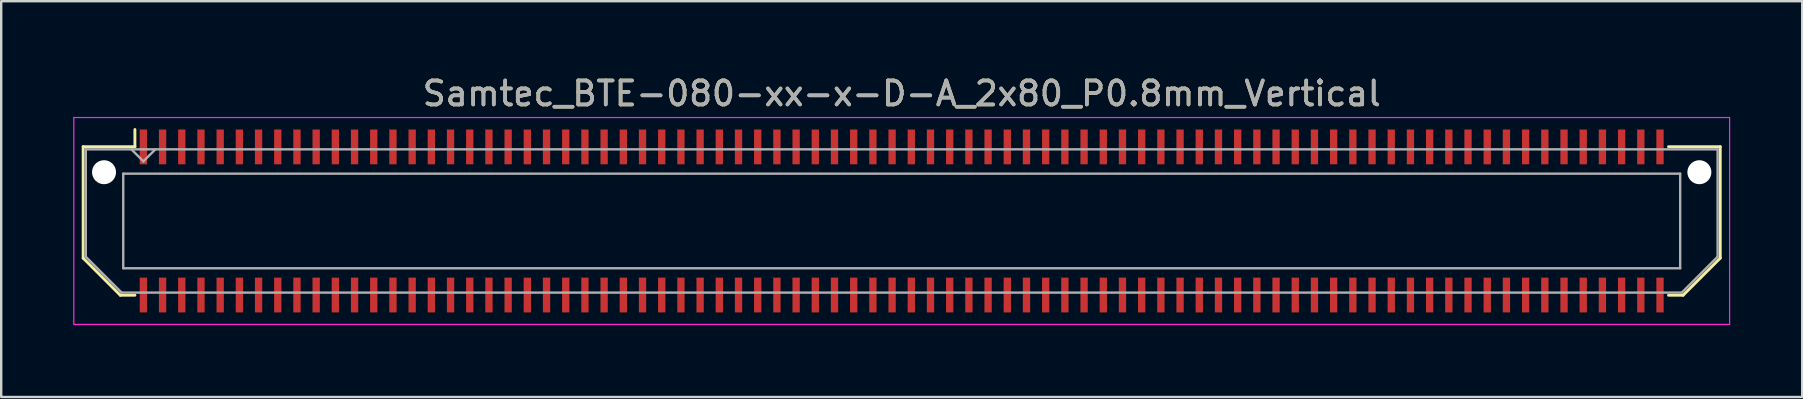
<source format=kicad_pcb>
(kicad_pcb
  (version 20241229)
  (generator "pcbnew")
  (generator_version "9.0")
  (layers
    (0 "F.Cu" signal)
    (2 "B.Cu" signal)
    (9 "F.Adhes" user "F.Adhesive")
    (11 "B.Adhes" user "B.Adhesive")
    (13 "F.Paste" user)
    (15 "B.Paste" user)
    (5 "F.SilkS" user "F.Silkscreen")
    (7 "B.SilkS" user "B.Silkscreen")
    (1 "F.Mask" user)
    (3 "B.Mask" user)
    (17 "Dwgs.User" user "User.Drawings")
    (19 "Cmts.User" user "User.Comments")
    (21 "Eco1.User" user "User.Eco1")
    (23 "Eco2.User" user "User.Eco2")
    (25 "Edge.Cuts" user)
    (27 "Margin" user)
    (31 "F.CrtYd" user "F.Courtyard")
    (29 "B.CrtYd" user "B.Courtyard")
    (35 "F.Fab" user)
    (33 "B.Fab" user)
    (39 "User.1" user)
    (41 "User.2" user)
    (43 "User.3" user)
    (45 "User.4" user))
  (footprint "Samtec_BTE-080-xx-x-D-A_2x80_P0.8mm_Vertical"
    (layer "F.Cu")
    (at 34.525 6.158)
    (property "Reference" "Samtec_BTE-080-xx-x-D-A_2x80_P0.8mm_Vertical" (at 0 -5.31 0) (layer "F.SilkS") (effects (font (size 1 1) (thickness 0.15))))
    (attr smd)
    (fp_line (start -34.11 -3.095) (end -34.11 1.548) (stroke (width 0.12) (type solid)) (layer "F.SilkS"))
    (fp_line (start -34.11 1.548) (end -32.562 3.095) (stroke (width 0.12) (type solid)) (layer "F.SilkS"))
    (fp_line (start -32.562 3.095) (end -31.953 3.095) (stroke (width 0.12) (type solid)) (layer "F.SilkS"))
    (fp_line (start -31.953 -3.811) (end -31.953 -3.095) (stroke (width 0.12) (type solid)) (layer "F.SilkS"))
    (fp_line (start -31.953 -3.095) (end -34.11 -3.095) (stroke (width 0.12) (type solid)) (layer "F.SilkS"))
    (fp_line (start 31.953 -3.095) (end 34.11 -3.095) (stroke (width 0.12) (type solid)) (layer "F.SilkS"))
    (fp_line (start 32.562 3.095) (end 31.953 3.095) (stroke (width 0.12) (type solid)) (layer "F.SilkS"))
    (fp_line (start 34.11 -3.095) (end 34.11 1.548) (stroke (width 0.12) (type solid)) (layer "F.SilkS"))
    (fp_line (start 34.11 1.548) (end 32.562 3.095) (stroke (width 0.12) (type solid)) (layer "F.SilkS"))
    (fp_line (start -34.5 -4.31) (end -34.5 4.31) (stroke (width 0.05) (type solid)) (layer "F.CrtYd"))
    (fp_line (start -34.5 4.31) (end 34.5 4.31) (stroke (width 0.05) (type solid)) (layer "F.CrtYd"))
    (fp_line (start 34.5 -4.31) (end -34.5 -4.31) (stroke (width 0.05) (type solid)) (layer "F.CrtYd"))
    (fp_line (start 34.5 4.31) (end 34.5 -4.31) (stroke (width 0.05) (type solid)) (layer "F.CrtYd"))
    (fp_line (start -34 -2.985) (end -34 1.492) (stroke (width 0.1) (type solid)) (layer "F.Fab"))
    (fp_line (start -34 -2.985) (end 34 -2.985) (stroke (width 0.1) (type solid)) (layer "F.Fab"))
    (fp_line (start -34 1.492) (end -32.508 2.985) (stroke (width 0.1) (type solid)) (layer "F.Fab"))
    (fp_line (start -32.508 2.985) (end 32.508 2.985) (stroke (width 0.1) (type solid)) (layer "F.Fab"))
    (fp_line (start -32.44 -1.97) (end -32.44 1.97) (stroke (width 0.1) (type solid)) (layer "F.Fab"))
    (fp_line (start -32.44 1.97) (end 32.44 1.97) (stroke (width 0.1) (type solid)) (layer "F.Fab"))
    (fp_line (start -31.6 -2.485) (end -32.1 -2.985) (stroke (width 0.1) (type solid)) (layer "F.Fab"))
    (fp_line (start -31.1 -2.985) (end -31.6 -2.485) (stroke (width 0.1) (type solid)) (layer "F.Fab"))
    (fp_line (start 32.44 -1.97) (end -32.44 -1.97) (stroke (width 0.1) (type solid)) (layer "F.Fab"))
    (fp_line (start 32.44 1.97) (end 32.44 -1.97) (stroke (width 0.1) (type solid)) (layer "F.Fab"))
    (fp_line (start 34 -2.985) (end 34 1.492) (stroke (width 0.1) (type solid)) (layer "F.Fab"))
    (fp_line (start 34 1.492) (end 32.508 2.985) (stroke (width 0.1) (type solid)) (layer "F.Fab"))
    (fp_text user "${REFERENCE}" (at 0 -5.31 0) (layer "F.Fab") (effects (font (size 1 1) (thickness 0.15))))
    (pad "" np_thru_hole circle (at -33.24 -2.032) (size 1 1) (drill 1) (layers "*.Cu" "*.Mask"))
    (pad "" np_thru_hole circle (at 33.24 -2.032) (size 1 1) (drill 1) (layers "*.Cu" "*.Mask"))
    (pad "1" smd rect (at -31.6 -3.086) (size 0.305 1.45) (layers "F.Cu" "F.Mask" "F.Paste"))
    (pad "2" smd rect (at -31.6 3.086) (size 0.305 1.45) (layers "F.Cu" "F.Mask" "F.Paste"))
    (pad "3" smd rect (at -30.8 -3.086) (size 0.305 1.45) (layers "F.Cu" "F.Mask" "F.Paste"))
    (pad "4" smd rect (at -30.8 3.086) (size 0.305 1.45) (layers "F.Cu" "F.Mask" "F.Paste"))
    (pad "5" smd rect (at -30 -3.086) (size 0.305 1.45) (layers "F.Cu" "F.Mask" "F.Paste"))
    (pad "6" smd rect (at -30 3.086) (size 0.305 1.45) (layers "F.Cu" "F.Mask" "F.Paste"))
    (pad "7" smd rect (at -29.2 -3.086) (size 0.305 1.45) (layers "F.Cu" "F.Mask" "F.Paste"))
    (pad "8" smd rect (at -29.2 3.086) (size 0.305 1.45) (layers "F.Cu" "F.Mask" "F.Paste"))
    (pad "9" smd rect (at -28.4 -3.086) (size 0.305 1.45) (layers "F.Cu" "F.Mask" "F.Paste"))
    (pad "10" smd rect (at -28.4 3.086) (size 0.305 1.45) (layers "F.Cu" "F.Mask" "F.Paste"))
    (pad "11" smd rect (at -27.6 -3.086) (size 0.305 1.45) (layers "F.Cu" "F.Mask" "F.Paste"))
    (pad "12" smd rect (at -27.6 3.086) (size 0.305 1.45) (layers "F.Cu" "F.Mask" "F.Paste"))
    (pad "13" smd rect (at -26.8 -3.086) (size 0.305 1.45) (layers "F.Cu" "F.Mask" "F.Paste"))
    (pad "14" smd rect (at -26.8 3.086) (size 0.305 1.45) (layers "F.Cu" "F.Mask" "F.Paste"))
    (pad "15" smd rect (at -26 -3.086) (size 0.305 1.45) (layers "F.Cu" "F.Mask" "F.Paste"))
    (pad "16" smd rect (at -26 3.086) (size 0.305 1.45) (layers "F.Cu" "F.Mask" "F.Paste"))
    (pad "17" smd rect (at -25.2 -3.086) (size 0.305 1.45) (layers "F.Cu" "F.Mask" "F.Paste"))
    (pad "18" smd rect (at -25.2 3.086) (size 0.305 1.45) (layers "F.Cu" "F.Mask" "F.Paste"))
    (pad "19" smd rect (at -24.4 -3.086) (size 0.305 1.45) (layers "F.Cu" "F.Mask" "F.Paste"))
    (pad "20" smd rect (at -24.4 3.086) (size 0.305 1.45) (layers "F.Cu" "F.Mask" "F.Paste"))
    (pad "21" smd rect (at -23.6 -3.086) (size 0.305 1.45) (layers "F.Cu" "F.Mask" "F.Paste"))
    (pad "22" smd rect (at -23.6 3.086) (size 0.305 1.45) (layers "F.Cu" "F.Mask" "F.Paste"))
    (pad "23" smd rect (at -22.8 -3.086) (size 0.305 1.45) (layers "F.Cu" "F.Mask" "F.Paste"))
    (pad "24" smd rect (at -22.8 3.086) (size 0.305 1.45) (layers "F.Cu" "F.Mask" "F.Paste"))
    (pad "25" smd rect (at -22 -3.086) (size 0.305 1.45) (layers "F.Cu" "F.Mask" "F.Paste"))
    (pad "26" smd rect (at -22 3.086) (size 0.305 1.45) (layers "F.Cu" "F.Mask" "F.Paste"))
    (pad "27" smd rect (at -21.2 -3.086) (size 0.305 1.45) (layers "F.Cu" "F.Mask" "F.Paste"))
    (pad "28" smd rect (at -21.2 3.086) (size 0.305 1.45) (layers "F.Cu" "F.Mask" "F.Paste"))
    (pad "29" smd rect (at -20.4 -3.086) (size 0.305 1.45) (layers "F.Cu" "F.Mask" "F.Paste"))
    (pad "30" smd rect (at -20.4 3.086) (size 0.305 1.45) (layers "F.Cu" "F.Mask" "F.Paste"))
    (pad "31" smd rect (at -19.6 -3.086) (size 0.305 1.45) (layers "F.Cu" "F.Mask" "F.Paste"))
    (pad "32" smd rect (at -19.6 3.086) (size 0.305 1.45) (layers "F.Cu" "F.Mask" "F.Paste"))
    (pad "33" smd rect (at -18.8 -3.086) (size 0.305 1.45) (layers "F.Cu" "F.Mask" "F.Paste"))
    (pad "34" smd rect (at -18.8 3.086) (size 0.305 1.45) (layers "F.Cu" "F.Mask" "F.Paste"))
    (pad "35" smd rect (at -18 -3.086) (size 0.305 1.45) (layers "F.Cu" "F.Mask" "F.Paste"))
    (pad "36" smd rect (at -18 3.086) (size 0.305 1.45) (layers "F.Cu" "F.Mask" "F.Paste"))
    (pad "37" smd rect (at -17.2 -3.086) (size 0.305 1.45) (layers "F.Cu" "F.Mask" "F.Paste"))
    (pad "38" smd rect (at -17.2 3.086) (size 0.305 1.45) (layers "F.Cu" "F.Mask" "F.Paste"))
    (pad "39" smd rect (at -16.4 -3.086) (size 0.305 1.45) (layers "F.Cu" "F.Mask" "F.Paste"))
    (pad "40" smd rect (at -16.4 3.086) (size 0.305 1.45) (layers "F.Cu" "F.Mask" "F.Paste"))
    (pad "41" smd rect (at -15.6 -3.086) (size 0.305 1.45) (layers "F.Cu" "F.Mask" "F.Paste"))
    (pad "42" smd rect (at -15.6 3.086) (size 0.305 1.45) (layers "F.Cu" "F.Mask" "F.Paste"))
    (pad "43" smd rect (at -14.8 -3.086) (size 0.305 1.45) (layers "F.Cu" "F.Mask" "F.Paste"))
    (pad "44" smd rect (at -14.8 3.086) (size 0.305 1.45) (layers "F.Cu" "F.Mask" "F.Paste"))
    (pad "45" smd rect (at -14 -3.086) (size 0.305 1.45) (layers "F.Cu" "F.Mask" "F.Paste"))
    (pad "46" smd rect (at -14 3.086) (size 0.305 1.45) (layers "F.Cu" "F.Mask" "F.Paste"))
    (pad "47" smd rect (at -13.2 -3.086) (size 0.305 1.45) (layers "F.Cu" "F.Mask" "F.Paste"))
    (pad "48" smd rect (at -13.2 3.086) (size 0.305 1.45) (layers "F.Cu" "F.Mask" "F.Paste"))
    (pad "49" smd rect (at -12.4 -3.086) (size 0.305 1.45) (layers "F.Cu" "F.Mask" "F.Paste"))
    (pad "50" smd rect (at -12.4 3.086) (size 0.305 1.45) (layers "F.Cu" "F.Mask" "F.Paste"))
    (pad "51" smd rect (at -11.6 -3.086) (size 0.305 1.45) (layers "F.Cu" "F.Mask" "F.Paste"))
    (pad "52" smd rect (at -11.6 3.086) (size 0.305 1.45) (layers "F.Cu" "F.Mask" "F.Paste"))
    (pad "53" smd rect (at -10.8 -3.086) (size 0.305 1.45) (layers "F.Cu" "F.Mask" "F.Paste"))
    (pad "54" smd rect (at -10.8 3.086) (size 0.305 1.45) (layers "F.Cu" "F.Mask" "F.Paste"))
    (pad "55" smd rect (at -10 -3.086) (size 0.305 1.45) (layers "F.Cu" "F.Mask" "F.Paste"))
    (pad "56" smd rect (at -10 3.086) (size 0.305 1.45) (layers "F.Cu" "F.Mask" "F.Paste"))
    (pad "57" smd rect (at -9.2 -3.086) (size 0.305 1.45) (layers "F.Cu" "F.Mask" "F.Paste"))
    (pad "58" smd rect (at -9.2 3.086) (size 0.305 1.45) (layers "F.Cu" "F.Mask" "F.Paste"))
    (pad "59" smd rect (at -8.4 -3.086) (size 0.305 1.45) (layers "F.Cu" "F.Mask" "F.Paste"))
    (pad "60" smd rect (at -8.4 3.086) (size 0.305 1.45) (layers "F.Cu" "F.Mask" "F.Paste"))
    (pad "61" smd rect (at -7.6 -3.086) (size 0.305 1.45) (layers "F.Cu" "F.Mask" "F.Paste"))
    (pad "62" smd rect (at -7.6 3.086) (size 0.305 1.45) (layers "F.Cu" "F.Mask" "F.Paste"))
    (pad "63" smd rect (at -6.8 -3.086) (size 0.305 1.45) (layers "F.Cu" "F.Mask" "F.Paste"))
    (pad "64" smd rect (at -6.8 3.086) (size 0.305 1.45) (layers "F.Cu" "F.Mask" "F.Paste"))
    (pad "65" smd rect (at -6 -3.086) (size 0.305 1.45) (layers "F.Cu" "F.Mask" "F.Paste"))
    (pad "66" smd rect (at -6 3.086) (size 0.305 1.45) (layers "F.Cu" "F.Mask" "F.Paste"))
    (pad "67" smd rect (at -5.2 -3.086) (size 0.305 1.45) (layers "F.Cu" "F.Mask" "F.Paste"))
    (pad "68" smd rect (at -5.2 3.086) (size 0.305 1.45) (layers "F.Cu" "F.Mask" "F.Paste"))
    (pad "69" smd rect (at -4.4 -3.086) (size 0.305 1.45) (layers "F.Cu" "F.Mask" "F.Paste"))
    (pad "70" smd rect (at -4.4 3.086) (size 0.305 1.45) (layers "F.Cu" "F.Mask" "F.Paste"))
    (pad "71" smd rect (at -3.6 -3.086) (size 0.305 1.45) (layers "F.Cu" "F.Mask" "F.Paste"))
    (pad "72" smd rect (at -3.6 3.086) (size 0.305 1.45) (layers "F.Cu" "F.Mask" "F.Paste"))
    (pad "73" smd rect (at -2.8 -3.086) (size 0.305 1.45) (layers "F.Cu" "F.Mask" "F.Paste"))
    (pad "74" smd rect (at -2.8 3.086) (size 0.305 1.45) (layers "F.Cu" "F.Mask" "F.Paste"))
    (pad "75" smd rect (at -2 -3.086) (size 0.305 1.45) (layers "F.Cu" "F.Mask" "F.Paste"))
    (pad "76" smd rect (at -2 3.086) (size 0.305 1.45) (layers "F.Cu" "F.Mask" "F.Paste"))
    (pad "77" smd rect (at -1.2 -3.086) (size 0.305 1.45) (layers "F.Cu" "F.Mask" "F.Paste"))
    (pad "78" smd rect (at -1.2 3.086) (size 0.305 1.45) (layers "F.Cu" "F.Mask" "F.Paste"))
    (pad "79" smd rect (at -0.4 -3.086) (size 0.305 1.45) (layers "F.Cu" "F.Mask" "F.Paste"))
    (pad "80" smd rect (at -0.4 3.086) (size 0.305 1.45) (layers "F.Cu" "F.Mask" "F.Paste"))
    (pad "81" smd rect (at 0.4 -3.086) (size 0.305 1.45) (layers "F.Cu" "F.Mask" "F.Paste"))
    (pad "82" smd rect (at 0.4 3.086) (size 0.305 1.45) (layers "F.Cu" "F.Mask" "F.Paste"))
    (pad "83" smd rect (at 1.2 -3.086) (size 0.305 1.45) (layers "F.Cu" "F.Mask" "F.Paste"))
    (pad "84" smd rect (at 1.2 3.086) (size 0.305 1.45) (layers "F.Cu" "F.Mask" "F.Paste"))
    (pad "85" smd rect (at 2 -3.086) (size 0.305 1.45) (layers "F.Cu" "F.Mask" "F.Paste"))
    (pad "86" smd rect (at 2 3.086) (size 0.305 1.45) (layers "F.Cu" "F.Mask" "F.Paste"))
    (pad "87" smd rect (at 2.8 -3.086) (size 0.305 1.45) (layers "F.Cu" "F.Mask" "F.Paste"))
    (pad "88" smd rect (at 2.8 3.086) (size 0.305 1.45) (layers "F.Cu" "F.Mask" "F.Paste"))
    (pad "89" smd rect (at 3.6 -3.086) (size 0.305 1.45) (layers "F.Cu" "F.Mask" "F.Paste"))
    (pad "90" smd rect (at 3.6 3.086) (size 0.305 1.45) (layers "F.Cu" "F.Mask" "F.Paste"))
    (pad "91" smd rect (at 4.4 -3.086) (size 0.305 1.45) (layers "F.Cu" "F.Mask" "F.Paste"))
    (pad "92" smd rect (at 4.4 3.086) (size 0.305 1.45) (layers "F.Cu" "F.Mask" "F.Paste"))
    (pad "93" smd rect (at 5.2 -3.086) (size 0.305 1.45) (layers "F.Cu" "F.Mask" "F.Paste"))
    (pad "94" smd rect (at 5.2 3.086) (size 0.305 1.45) (layers "F.Cu" "F.Mask" "F.Paste"))
    (pad "95" smd rect (at 6 -3.086) (size 0.305 1.45) (layers "F.Cu" "F.Mask" "F.Paste"))
    (pad "96" smd rect (at 6 3.086) (size 0.305 1.45) (layers "F.Cu" "F.Mask" "F.Paste"))
    (pad "97" smd rect (at 6.8 -3.086) (size 0.305 1.45) (layers "F.Cu" "F.Mask" "F.Paste"))
    (pad "98" smd rect (at 6.8 3.086) (size 0.305 1.45) (layers "F.Cu" "F.Mask" "F.Paste"))
    (pad "99" smd rect (at 7.6 -3.086) (size 0.305 1.45) (layers "F.Cu" "F.Mask" "F.Paste"))
    (pad "100" smd rect (at 7.6 3.086) (size 0.305 1.45) (layers "F.Cu" "F.Mask" "F.Paste"))
    (pad "101" smd rect (at 8.4 -3.086) (size 0.305 1.45) (layers "F.Cu" "F.Mask" "F.Paste"))
    (pad "102" smd rect (at 8.4 3.086) (size 0.305 1.45) (layers "F.Cu" "F.Mask" "F.Paste"))
    (pad "103" smd rect (at 9.2 -3.086) (size 0.305 1.45) (layers "F.Cu" "F.Mask" "F.Paste"))
    (pad "104" smd rect (at 9.2 3.086) (size 0.305 1.45) (layers "F.Cu" "F.Mask" "F.Paste"))
    (pad "105" smd rect (at 10 -3.086) (size 0.305 1.45) (layers "F.Cu" "F.Mask" "F.Paste"))
    (pad "106" smd rect (at 10 3.086) (size 0.305 1.45) (layers "F.Cu" "F.Mask" "F.Paste"))
    (pad "107" smd rect (at 10.8 -3.086) (size 0.305 1.45) (layers "F.Cu" "F.Mask" "F.Paste"))
    (pad "108" smd rect (at 10.8 3.086) (size 0.305 1.45) (layers "F.Cu" "F.Mask" "F.Paste"))
    (pad "109" smd rect (at 11.6 -3.086) (size 0.305 1.45) (layers "F.Cu" "F.Mask" "F.Paste"))
    (pad "110" smd rect (at 11.6 3.086) (size 0.305 1.45) (layers "F.Cu" "F.Mask" "F.Paste"))
    (pad "111" smd rect (at 12.4 -3.086) (size 0.305 1.45) (layers "F.Cu" "F.Mask" "F.Paste"))
    (pad "112" smd rect (at 12.4 3.086) (size 0.305 1.45) (layers "F.Cu" "F.Mask" "F.Paste"))
    (pad "113" smd rect (at 13.2 -3.086) (size 0.305 1.45) (layers "F.Cu" "F.Mask" "F.Paste"))
    (pad "114" smd rect (at 13.2 3.086) (size 0.305 1.45) (layers "F.Cu" "F.Mask" "F.Paste"))
    (pad "115" smd rect (at 14 -3.086) (size 0.305 1.45) (layers "F.Cu" "F.Mask" "F.Paste"))
    (pad "116" smd rect (at 14 3.086) (size 0.305 1.45) (layers "F.Cu" "F.Mask" "F.Paste"))
    (pad "117" smd rect (at 14.8 -3.086) (size 0.305 1.45) (layers "F.Cu" "F.Mask" "F.Paste"))
    (pad "118" smd rect (at 14.8 3.086) (size 0.305 1.45) (layers "F.Cu" "F.Mask" "F.Paste"))
    (pad "119" smd rect (at 15.6 -3.086) (size 0.305 1.45) (layers "F.Cu" "F.Mask" "F.Paste"))
    (pad "120" smd rect (at 15.6 3.086) (size 0.305 1.45) (layers "F.Cu" "F.Mask" "F.Paste"))
    (pad "121" smd rect (at 16.4 -3.086) (size 0.305 1.45) (layers "F.Cu" "F.Mask" "F.Paste"))
    (pad "122" smd rect (at 16.4 3.086) (size 0.305 1.45) (layers "F.Cu" "F.Mask" "F.Paste"))
    (pad "123" smd rect (at 17.2 -3.086) (size 0.305 1.45) (layers "F.Cu" "F.Mask" "F.Paste"))
    (pad "124" smd rect (at 17.2 3.086) (size 0.305 1.45) (layers "F.Cu" "F.Mask" "F.Paste"))
    (pad "125" smd rect (at 18 -3.086) (size 0.305 1.45) (layers "F.Cu" "F.Mask" "F.Paste"))
    (pad "126" smd rect (at 18 3.086) (size 0.305 1.45) (layers "F.Cu" "F.Mask" "F.Paste"))
    (pad "127" smd rect (at 18.8 -3.086) (size 0.305 1.45) (layers "F.Cu" "F.Mask" "F.Paste"))
    (pad "128" smd rect (at 18.8 3.086) (size 0.305 1.45) (layers "F.Cu" "F.Mask" "F.Paste"))
    (pad "129" smd rect (at 19.6 -3.086) (size 0.305 1.45) (layers "F.Cu" "F.Mask" "F.Paste"))
    (pad "130" smd rect (at 19.6 3.086) (size 0.305 1.45) (layers "F.Cu" "F.Mask" "F.Paste"))
    (pad "131" smd rect (at 20.4 -3.086) (size 0.305 1.45) (layers "F.Cu" "F.Mask" "F.Paste"))
    (pad "132" smd rect (at 20.4 3.086) (size 0.305 1.45) (layers "F.Cu" "F.Mask" "F.Paste"))
    (pad "133" smd rect (at 21.2 -3.086) (size 0.305 1.45) (layers "F.Cu" "F.Mask" "F.Paste"))
    (pad "134" smd rect (at 21.2 3.086) (size 0.305 1.45) (layers "F.Cu" "F.Mask" "F.Paste"))
    (pad "135" smd rect (at 22 -3.086) (size 0.305 1.45) (layers "F.Cu" "F.Mask" "F.Paste"))
    (pad "136" smd rect (at 22 3.086) (size 0.305 1.45) (layers "F.Cu" "F.Mask" "F.Paste"))
    (pad "137" smd rect (at 22.8 -3.086) (size 0.305 1.45) (layers "F.Cu" "F.Mask" "F.Paste"))
    (pad "138" smd rect (at 22.8 3.086) (size 0.305 1.45) (layers "F.Cu" "F.Mask" "F.Paste"))
    (pad "139" smd rect (at 23.6 -3.086) (size 0.305 1.45) (layers "F.Cu" "F.Mask" "F.Paste"))
    (pad "140" smd rect (at 23.6 3.086) (size 0.305 1.45) (layers "F.Cu" "F.Mask" "F.Paste"))
    (pad "141" smd rect (at 24.4 -3.086) (size 0.305 1.45) (layers "F.Cu" "F.Mask" "F.Paste"))
    (pad "142" smd rect (at 24.4 3.086) (size 0.305 1.45) (layers "F.Cu" "F.Mask" "F.Paste"))
    (pad "143" smd rect (at 25.2 -3.086) (size 0.305 1.45) (layers "F.Cu" "F.Mask" "F.Paste"))
    (pad "144" smd rect (at 25.2 3.086) (size 0.305 1.45) (layers "F.Cu" "F.Mask" "F.Paste"))
    (pad "145" smd rect (at 26 -3.086) (size 0.305 1.45) (layers "F.Cu" "F.Mask" "F.Paste"))
    (pad "146" smd rect (at 26 3.086) (size 0.305 1.45) (layers "F.Cu" "F.Mask" "F.Paste"))
    (pad "147" smd rect (at 26.8 -3.086) (size 0.305 1.45) (layers "F.Cu" "F.Mask" "F.Paste"))
    (pad "148" smd rect (at 26.8 3.086) (size 0.305 1.45) (layers "F.Cu" "F.Mask" "F.Paste"))
    (pad "149" smd rect (at 27.6 -3.086) (size 0.305 1.45) (layers "F.Cu" "F.Mask" "F.Paste"))
    (pad "150" smd rect (at 27.6 3.086) (size 0.305 1.45) (layers "F.Cu" "F.Mask" "F.Paste"))
    (pad "151" smd rect (at 28.4 -3.086) (size 0.305 1.45) (layers "F.Cu" "F.Mask" "F.Paste"))
    (pad "152" smd rect (at 28.4 3.086) (size 0.305 1.45) (layers "F.Cu" "F.Mask" "F.Paste"))
    (pad "153" smd rect (at 29.2 -3.086) (size 0.305 1.45) (layers "F.Cu" "F.Mask" "F.Paste"))
    (pad "154" smd rect (at 29.2 3.086) (size 0.305 1.45) (layers "F.Cu" "F.Mask" "F.Paste"))
    (pad "155" smd rect (at 30 -3.086) (size 0.305 1.45) (layers "F.Cu" "F.Mask" "F.Paste"))
    (pad "156" smd rect (at 30 3.086) (size 0.305 1.45) (layers "F.Cu" "F.Mask" "F.Paste"))
    (pad "157" smd rect (at 30.8 -3.086) (size 0.305 1.45) (layers "F.Cu" "F.Mask" "F.Paste"))
    (pad "158" smd rect (at 30.8 3.086) (size 0.305 1.45) (layers "F.Cu" "F.Mask" "F.Paste"))
    (pad "159" smd rect (at 31.6 -3.086) (size 0.305 1.45) (layers "F.Cu" "F.Mask" "F.Paste"))
    (pad "160" smd rect (at 31.6 3.086) (size 0.305 1.45) (layers "F.Cu" "F.Mask" "F.Paste")))
  (gr_rect
    (start -3 -3)
    (end 72.05 13.493)
    (stroke (width 0.1) (type default))
    (fill no)
    (layer "Edge.Cuts")))
</source>
